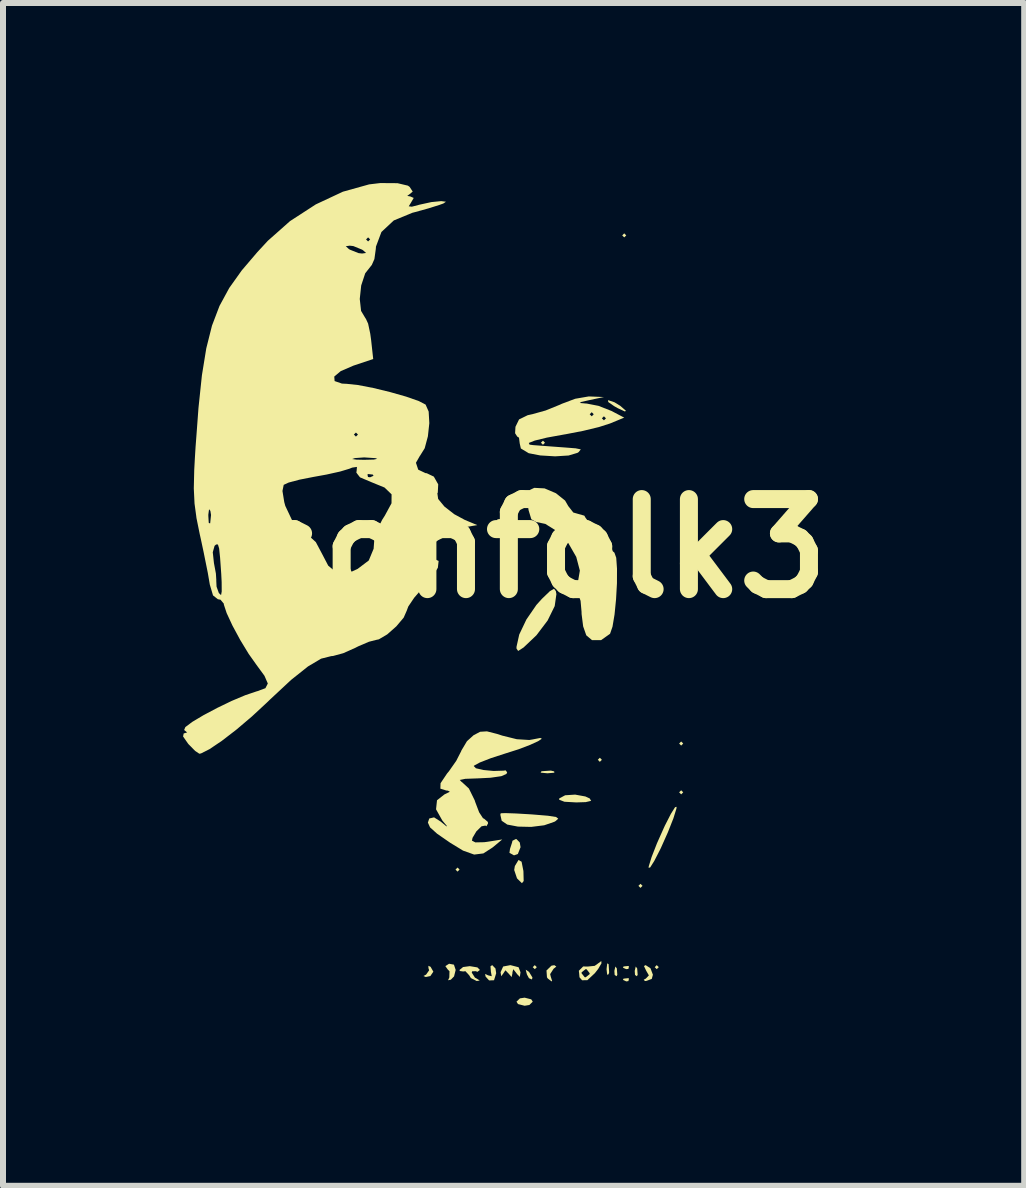
<source format=kicad_pcb>
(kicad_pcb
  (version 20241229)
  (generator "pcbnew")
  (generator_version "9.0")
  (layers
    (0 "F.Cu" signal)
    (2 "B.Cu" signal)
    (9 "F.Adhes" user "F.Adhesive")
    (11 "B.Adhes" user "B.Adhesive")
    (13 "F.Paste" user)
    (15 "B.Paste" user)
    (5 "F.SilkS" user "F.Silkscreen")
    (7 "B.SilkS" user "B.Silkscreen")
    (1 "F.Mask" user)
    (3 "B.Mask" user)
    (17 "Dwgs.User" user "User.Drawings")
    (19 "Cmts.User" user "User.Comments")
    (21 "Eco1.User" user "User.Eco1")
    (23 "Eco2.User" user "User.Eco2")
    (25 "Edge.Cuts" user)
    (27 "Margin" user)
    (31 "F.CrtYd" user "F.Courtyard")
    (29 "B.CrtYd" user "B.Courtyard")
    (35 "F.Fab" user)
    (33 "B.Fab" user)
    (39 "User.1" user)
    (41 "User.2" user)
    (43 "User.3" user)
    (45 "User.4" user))
  (footprint "sonfolk3"
    (layer "F.Cu")
    (at 5.928 6.087)
    (property "Reference" "sonfolk3" (at 0 0 0) (layer "F.SilkS") (effects (font (size 1.5 1.5) (thickness 0.3))))
    (attr board_only exclude_from_pos_files exclude_from_bom)
    (fp_poly (pts (xy -1.321 5.351) (xy -1.355 5.385) (xy -1.389 5.351) (xy -1.355 5.317)) (stroke (width 0) (type solid)) (fill yes) (layer "F.SilkS"))
    (fp_poly (pts (xy -0.034 6.977) (xy -0.068 7.01) (xy -0.102 6.977) (xy -0.068 6.943)) (stroke (width 0) (type solid)) (fill yes) (layer "F.SilkS"))
    (fp_poly (pts (xy 0.102 -1.761) (xy 0.068 -1.727) (xy 0.034 -1.761) (xy 0.068 -1.795)) (stroke (width 0) (type solid)) (fill yes) (layer "F.SilkS"))
    (fp_poly (pts (xy 1.05 3.522) (xy 1.016 3.556) (xy 0.982 3.522) (xy 1.016 3.488)) (stroke (width 0) (type solid)) (fill yes) (layer "F.SilkS"))
    (fp_poly (pts (xy 1.456 -5.215) (xy 1.422 -5.182) (xy 1.389 -5.215) (xy 1.422 -5.249)) (stroke (width 0) (type solid)) (fill yes) (layer "F.SilkS"))
    (fp_poly (pts (xy 1.727 5.622) (xy 1.693 5.656) (xy 1.659 5.622) (xy 1.693 5.588)) (stroke (width 0) (type solid)) (fill yes) (layer "F.SilkS"))
    (fp_poly (pts (xy 1.998 6.977) (xy 1.964 7.01) (xy 1.93 6.977) (xy 1.964 6.943)) (stroke (width 0) (type solid)) (fill yes) (layer "F.SilkS"))
    (fp_poly (pts (xy 2.405 3.251) (xy 2.371 3.285) (xy 2.337 3.251) (xy 2.371 3.217)) (stroke (width 0) (type solid)) (fill yes) (layer "F.SilkS"))
    (fp_poly (pts (xy 2.405 4.064) (xy 2.371 4.098) (xy 2.337 4.064) (xy 2.371 4.03)) (stroke (width 0) (type solid)) (fill yes) (layer "F.SilkS"))
    (fp_poly (pts (xy -0.598 -0.485) (xy -0.608 -0.445) (xy -0.643 -0.44) (xy -0.699 -0.465) (xy -0.689 -0.485) (xy -0.608 -0.494)) (stroke (width 0) (type solid)) (fill yes) (layer "F.SilkS"))
    (fp_poly (pts (xy 1.162 6.926) (xy 1.171 7.064) (xy 1.162 7.095) (xy 1.138 7.104) (xy 1.128 7.01) (xy 1.139 6.914)) (stroke (width 0) (type solid)) (fill yes) (layer "F.SilkS"))
    (fp_poly (pts (xy 1.299 6.998) (xy 1.307 7.104) (xy 1.294 7.128) (xy 1.263 7.107) (xy 1.258 7.039) (xy 1.275 6.966)) (stroke (width 0) (type solid)) (fill yes) (layer "F.SilkS"))
    (fp_poly (pts (xy 1.501 6.965) (xy 1.492 7.006) (xy 1.456 7.01) (xy 1.401 6.986) (xy 1.411 6.965) (xy 1.491 6.957)) (stroke (width 0) (type solid)) (fill yes) (layer "F.SilkS"))
    (fp_poly (pts (xy 1.501 7.168) (xy 1.492 7.209) (xy 1.456 7.214) (xy 1.401 7.189) (xy 1.411 7.168) (xy 1.491 7.16)) (stroke (width 0) (type solid)) (fill yes) (layer "F.SilkS"))
    (fp_poly (pts (xy 1.638 6.998) (xy 1.646 7.104) (xy 1.633 7.128) (xy 1.602 7.107) (xy 1.597 7.039) (xy 1.614 6.966)) (stroke (width 0) (type solid)) (fill yes) (layer "F.SilkS"))
    (fp_poly (pts (xy -0.17 7.051) (xy -0.161 7.06) (xy -0.107 7.149) (xy -0.115 7.182) (xy -0.165 7.161) (xy -0.199 7.098) (xy -0.219 7.019)) (stroke (width 0) (type solid)) (fill yes) (layer "F.SilkS"))
    (fp_poly (pts (xy -0.127 7.513) (xy -0.102 7.552) (xy -0.158 7.607) (xy -0.237 7.62) (xy -0.347 7.592) (xy -0.373 7.552) (xy -0.316 7.497) (xy -0.237 7.485)) (stroke (width 0) (type solid)) (fill yes) (layer "F.SilkS"))
    (fp_poly (pts (xy 0.255 3.715) (xy 0.258 3.737) (xy 0.152 3.746) (xy 0.135 3.746) (xy 0.03 3.736) (xy 0.04 3.716) (xy 0.052 3.712) (xy 0.2 3.702)) (stroke (width 0) (type solid)) (fill yes) (layer "F.SilkS"))
    (fp_poly (pts (xy -1.804 6.971) (xy -1.758 7.052) (xy -1.808 7.125) (xy -1.884 7.141) (xy -1.923 7.124) (xy -1.879 7.101) (xy -1.828 7.029) (xy -1.839 6.994) (xy -1.841 6.954)) (stroke (width 0) (type solid)) (fill yes) (layer "F.SilkS"))
    (fp_poly (pts (xy 1.261 -2.434) (xy 1.359 -2.373) (xy 1.451 -2.293) (xy 1.434 -2.281) (xy 1.317 -2.335) (xy 1.253 -2.371) (xy 1.156 -2.439) (xy 1.153 -2.47) (xy 1.155 -2.47)) (stroke (width 0) (type solid)) (fill yes) (layer "F.SilkS"))
    (fp_poly (pts (xy -1.415 6.935) (xy -1.386 7.023) (xy -1.413 7.131) (xy -1.467 7.186) (xy -1.513 7.195) (xy -1.492 7.149) (xy -1.489 7.045) (xy -1.521 7.012) (xy -1.558 6.959) (xy -1.496 6.92)) (stroke (width 0) (type solid)) (fill yes) (layer "F.SilkS"))
    (fp_poly (pts (xy -0.318 4.9) (xy -0.305 4.978) (xy -0.35 5.091) (xy -0.414 5.114) (xy -0.49 5.073) (xy -0.481 5.007) (xy -0.446 4.899) (xy -0.44 4.871) (xy -0.388 4.844) (xy -0.373 4.843)) (stroke (width 0) (type solid)) (fill yes) (layer "F.SilkS"))
    (fp_poly (pts (xy -0.288 5.22) (xy -0.258 5.372) (xy -0.257 5.385) (xy -0.253 5.542) (xy -0.282 5.578) (xy -0.356 5.506) (xy -0.365 5.495) (xy -0.411 5.358) (xy -0.4 5.292) (xy -0.339 5.191)) (stroke (width 0) (type solid)) (fill yes) (layer "F.SilkS"))
    (fp_poly (pts (xy 0.775 4.133) (xy 0.847 4.166) (xy 0.871 4.206) (xy 0.78 4.227) (xy 0.623 4.232) (xy 0.426 4.221) (xy 0.338 4.187) (xy 0.339 4.166) (xy 0.438 4.113) (xy 0.604 4.102)) (stroke (width 0) (type solid)) (fill yes) (layer "F.SilkS"))
    (fp_poly (pts (xy -0.723 6.999) (xy -0.711 7.078) (xy -0.747 7.195) (xy -0.829 7.198) (xy -0.887 7.135) (xy -0.896 7.09) (xy -0.846 7.113) (xy -0.785 7.128) (xy -0.799 7.055) (xy -0.806 6.962) (xy -0.777 6.943)) (stroke (width 0) (type solid)) (fill yes) (layer "F.SilkS"))
    (fp_poly (pts (xy 0.291 6.967) (xy 0.245 7.004) (xy 0.188 7.093) (xy 0.199 7.138) (xy 0.221 7.207) (xy 0.211 7.214) (xy 0.149 7.166) (xy 0.135 7.146) (xy 0.127 7.032) (xy 0.21 6.952) (xy 0.258 6.944)) (stroke (width 0) (type solid)) (fill yes) (layer "F.SilkS"))
    (fp_poly (pts (xy 1.86 6.996) (xy 1.9 7.103) (xy 1.881 7.173) (xy 1.783 7.208) (xy 1.767 7.208) (xy 1.747 7.186) (xy 1.781 7.168) (xy 1.833 7.114) (xy 1.789 7.038) (xy 1.751 6.958) (xy 1.779 6.943)) (stroke (width 0) (type solid)) (fill yes) (layer "F.SilkS"))
    (fp_poly (pts (xy 0.283 0.712) (xy 0.292 0.762) (xy 0.264 0.961) (xy 0.146 1.201) (xy -0.04 1.447) (xy -0.255 1.651) (xy -0.345 1.709) (xy -0.372 1.67) (xy -0.373 1.642) (xy -0.327 1.435) (xy -0.208 1.185) (xy -0.041 0.942) (xy 0.049 0.842) (xy 0.184 0.712) (xy 0.253 0.672)) (stroke (width 0) (type solid)) (fill yes) (layer "F.SilkS"))
    (fp_poly (pts (xy -0.338 6.978) (xy -0.306 7.061) (xy -0.317 7.14) (xy -0.364 7.091) (xy -0.373 7.078) (xy -0.426 7.011) (xy -0.44 7.061) (xy -0.44 7.078) (xy -0.454 7.142) (xy -0.501 7.087) (xy -0.557 7.029) (xy -0.596 7.087) (xy -0.627 7.128) (xy -0.638 7.061) (xy -0.595 6.966) (xy -0.474 6.943)) (stroke (width 0) (type solid)) (fill yes) (layer "F.SilkS"))
    (fp_poly (pts (xy 2.292 4.335) (xy 2.242 4.496) (xy 2.15 4.729) (xy 2.035 4.987) (xy 2.023 5.012) (xy 1.923 5.207) (xy 1.855 5.315) (xy 1.828 5.322) (xy 1.831 5.296) (xy 1.878 5.143) (xy 1.967 4.915) (xy 2.082 4.657) (xy 2.1 4.618) (xy 2.2 4.422) (xy 2.269 4.312) (xy 2.295 4.305)) (stroke (width 0) (type solid)) (fill yes) (layer "F.SilkS"))
    (fp_poly (pts (xy -0.385 4.416) (xy -0.146 4.43) (xy -0.102 4.433) (xy 0.151 4.454) (xy 0.286 4.475) (xy 0.323 4.503) (xy 0.28 4.542) (xy 0.258 4.555) (xy 0.089 4.613) (xy -0.128 4.64) (xy -0.348 4.635) (xy -0.527 4.601) (xy -0.619 4.538) (xy -0.62 4.535) (xy -0.642 4.436) (xy -0.635 4.413) (xy -0.56 4.41)) (stroke (width 0) (type solid)) (fill yes) (layer "F.SilkS"))
    (fp_poly (pts (xy -1.024 6.981) (xy -0.982 7.023) (xy -1.024 7.055) (xy -1.05 7.044) (xy -1.112 7.046) (xy -1.118 7.068) (xy -1.065 7.151) (xy -1.033 7.169) (xy -0.985 7.199) (xy -1.035 7.208) (xy -1.132 7.159) (xy -1.161 7.112) (xy -1.224 7.044) (xy -1.26 7.049) (xy -1.318 7.041) (xy -1.321 7.023) (xy -1.263 6.975) (xy -1.151 6.96)) (stroke (width 0) (type solid)) (fill yes) (layer "F.SilkS"))
    (fp_poly (pts (xy 1.043 6.913) (xy 0.988 7.007) (xy 0.933 7.077) (xy 0.808 7.194) (xy 0.72 7.195) (xy 0.677 7.146) (xy 0.671 7.078) (xy 0.711 7.078) (xy 0.763 7.144) (xy 0.779 7.146) (xy 0.845 7.094) (xy 0.847 7.078) (xy 0.795 7.012) (xy 0.779 7.01) (xy 0.713 7.062) (xy 0.711 7.078) (xy 0.671 7.078) (xy 0.666 7.037) (xy 0.738 6.965) (xy 0.811 6.967) (xy 0.93 6.955) (xy 0.974 6.924) (xy 1.04 6.875)) (stroke (width 0) (type solid)) (fill yes) (layer "F.SilkS"))
    (fp_poly (pts (xy 0.095 -1) (xy 0.285 -0.919) (xy 0.437 -0.797) (xy 0.49 -0.705) (xy 0.574 -0.598) (xy 0.651 -0.576) (xy 0.757 -0.546) (xy 0.779 -0.508) (xy 0.83 -0.442) (xy 0.847 -0.44) (xy 0.955 -0.389) (xy 1.079 -0.27) (xy 1.168 -0.136) (xy 1.185 -0.072) (xy 1.23 0.046) (xy 1.259 0.071) (xy 1.289 0.156) (xy 1.302 0.339) (xy 1.301 0.582) (xy 1.286 0.848) (xy 1.261 1.101) (xy 1.227 1.304) (xy 1.187 1.42) (xy 1.184 1.424) (xy 1.037 1.528) (xy 0.885 1.528) (xy 0.79 1.448) (xy 0.738 1.299) (xy 0.712 1.094) (xy 0.711 1.055) (xy 0.695 0.874) (xy 0.656 0.758) (xy 0.643 0.745) (xy 0.614 0.654) (xy 0.65 0.564) (xy 0.683 0.37) (xy 0.623 0.142) (xy 0.492 -0.086) (xy 0.312 -0.28) (xy 0.108 -0.408) (xy -0.044 -0.44) (xy -0.126 -0.486) (xy -0.172 -0.639) (xy -0.181 -0.707) (xy -0.185 -0.888) (xy -0.144 -0.977) (xy -0.076 -1.009)) (stroke (width 0) (type solid)) (fill yes) (layer "F.SilkS"))
    (fp_poly (pts (xy 1.084 -2.522) (xy 0.847 -2.472) (xy 0.702 -2.439) (xy 0.682 -2.423) (xy 0.782 -2.414) (xy 0.799 -2.413) (xy 0.994 -2.375) (xy 1.2 -2.294) (xy 1.206 -2.292) (xy 1.422 -2.179) (xy 1.185 -2.081) (xy 1.001 -2.022) (xy 0.736 -1.958) (xy 0.446 -1.902) (xy 0.421 -1.898) (xy 0.134 -1.846) (xy -0.067 -1.797) (xy -0.168 -1.757) (xy -0.155 -1.729) (xy -0.096 -1.721) (xy 0.035 -1.711) (xy 0.223 -1.697) (xy 0.237 -1.696) (xy 0.441 -1.681) (xy 0.606 -1.668) (xy 0.61 -1.668) (xy 0.699 -1.65) (xy 0.663 -1.605) (xy 0.643 -1.592) (xy 0.496 -1.548) (xy 0.271 -1.534) (xy 0.023 -1.549) (xy -0.169 -1.586) (xy -0.3 -1.665) (xy -0.319 -1.749) (xy -0.331 -1.845) (xy -0.36 -1.863) (xy -0.396 -1.919) (xy -0.39 -2.026) (xy -0.33 -2.149) (xy -0.293 -2.167) (xy 1.05 -2.167) (xy 1.084 -2.134) (xy 1.118 -2.167) (xy 1.084 -2.201) (xy 1.05 -2.167) (xy -0.293 -2.167) (xy -0.187 -2.219) (xy -0.115 -2.235) (xy -0.113 -2.235) (xy 0.847 -2.235) (xy 0.881 -2.201) (xy 0.914 -2.235) (xy 0.881 -2.269) (xy 0.847 -2.235) (xy -0.113 -2.235) (xy 0.113 -2.298) (xy 0.352 -2.395) (xy 0.384 -2.41) (xy 0.605 -2.493) (xy 0.825 -2.531) (xy 0.861 -2.531)) (stroke (width 0) (type solid)) (fill yes) (layer "F.SilkS"))
    (fp_poly (pts (xy -0.696 3.091) (xy -0.61 3.119) (xy -0.368 3.179) (xy -0.16 3.192) (xy -0.111 3.184) (xy 0.024 3.158) (xy 0.05 3.171) (xy -0.014 3.213) (xy -0.15 3.275) (xy -0.339 3.347) (xy -0.556 3.416) (xy -0.797 3.494) (xy -0.984 3.567) (xy -1.081 3.62) (xy -1.085 3.626) (xy -1.049 3.663) (xy -0.924 3.692) (xy -0.755 3.708) (xy -0.588 3.703) (xy -0.554 3.698) (xy -0.528 3.731) (xy -0.541 3.758) (xy -0.626 3.795) (xy -0.806 3.821) (xy -1.003 3.831) (xy -1.225 3.839) (xy -1.318 3.858) (xy -1.288 3.89) (xy -1.283 3.892) (xy -1.166 4) (xy -1.069 4.197) (xy -1.06 4.226) (xy -0.995 4.397) (xy -0.931 4.495) (xy -0.912 4.504) (xy -0.85 4.557) (xy -0.847 4.583) (xy -0.874 4.629) (xy -0.891 4.618) (xy -0.955 4.63) (xy -1.041 4.714) (xy -1.105 4.822) (xy -1.115 4.869) (xy -1.058 4.898) (xy -0.913 4.895) (xy -0.864 4.889) (xy -0.61 4.849) (xy -0.77 4.982) (xy -0.925 5.082) (xy -1.078 5.101) (xy -1.263 5.035) (xy -1.478 4.904) (xy -1.696 4.753) (xy -1.813 4.648) (xy -1.849 4.568) (xy -1.826 4.5) (xy -1.746 4.481) (xy -1.636 4.551) (xy -1.537 4.633) (xy -1.534 4.623) (xy -1.609 4.533) (xy -1.713 4.347) (xy -1.697 4.196) (xy -1.575 4.1) (xy -1.483 4.054) (xy -1.515 4.036) (xy -1.541 4.034) (xy -1.641 4.003) (xy -1.638 3.912) (xy -1.53 3.751) (xy -1.499 3.714) (xy -1.377 3.54) (xy -1.294 3.378) (xy -1.291 3.368) (xy -1.198 3.212) (xy -1.087 3.112) (xy -0.978 3.055) (xy -0.865 3.048)) (stroke (width 0) (type solid)) (fill yes) (layer "F.SilkS"))
    (fp_poly (pts (xy -2.355 -6.085) (xy -2.182 -6.044) (xy -2.153 -6.023) (xy -2.102 -5.945) (xy -2.151 -5.904) (xy -2.193 -5.873) (xy -2.142 -5.864) (xy -2.085 -5.839) (xy -2.131 -5.76) (xy -2.168 -5.7) (xy -2.117 -5.693) (xy -1.987 -5.727) (xy -1.791 -5.77) (xy -1.629 -5.786) (xy -1.626 -5.786) (xy -1.548 -5.776) (xy -1.59 -5.747) (xy -1.659 -5.722) (xy -1.837 -5.666) (xy -2.06 -5.604) (xy -2.107 -5.592) (xy -2.417 -5.464) (xy -2.623 -5.272) (xy -2.714 -5.029) (xy -2.717 -4.988) (xy -2.74 -4.821) (xy -2.784 -4.721) (xy -2.788 -4.717) (xy -2.893 -4.584) (xy -2.96 -4.381) (xy -2.984 -4.156) (xy -2.962 -3.957) (xy -2.887 -3.831) (xy -2.883 -3.828) (xy -2.845 -3.745) (xy -2.809 -3.576) (xy -2.795 -3.474) (xy -2.76 -3.155) (xy -3.09 -3.045) (xy -3.302 -2.953) (xy -3.409 -2.863) (xy -3.403 -2.788) (xy -3.281 -2.746) (xy -3.2 -2.742) (xy -3.013 -2.722) (xy -2.759 -2.673) (xy -2.479 -2.605) (xy -2.212 -2.529) (xy -2 -2.455) (xy -1.887 -2.396) (xy -1.836 -2.28) (xy -1.825 -2.087) (xy -1.849 -1.867) (xy -1.902 -1.669) (xy -1.979 -1.545) (xy -1.981 -1.544) (xy -2.048 -1.427) (xy -2.01 -1.312) (xy -1.888 -1.254) (xy -1.869 -1.253) (xy -1.75 -1.196) (xy -1.677 -1.067) (xy -1.684 -0.93) (xy -1.691 -0.917) (xy -1.678 -0.824) (xy -1.574 -0.698) (xy -1.41 -0.57) (xy -1.236 -0.476) (xy -1.026 -0.388) (xy -1.326 -0.339) (xy -1.559 -0.283) (xy -1.766 -0.205) (xy -1.808 -0.183) (xy -1.93 -0.091) (xy -1.944 0.001) (xy -1.924 0.046) (xy -1.826 0.148) (xy -1.759 0.169) (xy -1.67 0.209) (xy -1.683 0.323) (xy -1.797 0.499) (xy -1.93 0.652) (xy -2.078 0.823) (xy -2.176 0.969) (xy -2.201 1.037) (xy -2.252 1.153) (xy -2.375 1.299) (xy -2.527 1.433) (xy -2.666 1.515) (xy -2.709 1.524) (xy -2.83 1.555) (xy -3.008 1.631) (xy -3.064 1.659) (xy -3.259 1.746) (xy -3.428 1.792) (xy -3.461 1.795) (xy -3.628 1.837) (xy -3.847 1.967) (xy -4.128 2.191) (xy -4.478 2.517) (xy -4.534 2.571) (xy -4.781 2.8) (xy -5.039 3.019) (xy -5.283 3.207) (xy -5.488 3.345) (xy -5.629 3.416) (xy -5.657 3.421) (xy -5.726 3.375) (xy -5.836 3.263) (xy -5.846 3.251) (xy -5.928 3.133) (xy -5.917 3.082) (xy -5.909 3.081) (xy -5.86 3.066) (xy -5.91 3.026) (xy -5.89 2.977) (xy -5.774 2.89) (xy -5.588 2.779) (xy -5.36 2.658) (xy -5.118 2.541) (xy -4.89 2.445) (xy -4.703 2.382) (xy -4.691 2.379) (xy -4.556 2.329) (xy -4.516 2.251) (xy -4.572 2.122) (xy -4.703 1.943) (xy -4.835 1.757) (xy -4.976 1.525) (xy -5.105 1.286) (xy -5.202 1.077) (xy -5.248 0.937) (xy -5.249 0.921) (xy -5.304 0.855) (xy -5.348 0.847) (xy -5.429 0.783) (xy -5.482 0.604) (xy -5.484 0.593) (xy -5.516 0.406) (xy -5.57 0.139) (xy -5.585 0.064) (xy -5.433 0.064) (xy -5.414 0.24) (xy -5.413 0.247) (xy -5.381 0.418) (xy -5.374 0.53) (xy -5.375 0.535) (xy -5.37 0.637) (xy -5.332 0.743) (xy -5.295 0.779) (xy -5.284 0.718) (xy -5.285 0.561) (xy -5.292 0.423) (xy -5.311 0.156) (xy -5.327 0.001) (xy -5.347 -0.065) (xy -5.376 -0.066) (xy -5.403 -0.043) (xy -5.433 0.064) (xy -5.585 0.064) (xy -5.633 -0.161) (xy -5.65 -0.237) (xy -5.705 -0.508) (xy -5.709 -0.542) (xy -5.507 -0.542) (xy -5.5 -0.426) (xy -5.479 -0.416) (xy -5.476 -0.422) (xy -5.462 -0.557) (xy -5.473 -0.625) (xy -5.495 -0.653) (xy -5.507 -0.563) (xy -5.507 -0.542) (xy -5.709 -0.542) (xy -5.737 -0.748) (xy -5.747 -0.957) (xy -4.272 -0.957) (xy -4.242 -0.772) (xy -4.225 -0.709) (xy -4.104 -0.453) (xy -3.918 -0.29) (xy -3.716 -0.105) (xy -3.622 0.072) (xy -3.509 0.288) (xy -3.354 0.416) (xy -3.265 0.438) (xy -3.172 0.411) (xy -3.023 0.343) (xy -3.019 0.341) (xy -2.834 0.201) (xy -2.753 0.006) (xy -2.743 -0.132) (xy -2.706 -0.281) (xy -2.613 -0.473) (xy -2.566 -0.547) (xy -2.455 -0.752) (xy -2.454 -0.901) (xy -2.571 -1.014) (xy -2.796 -1.106) (xy -2.98 -1.184) (xy -3.016 -1.23) (xy -2.856 -1.23) (xy -2.847 -1.19) (xy -2.811 -1.185) (xy -2.755 -1.21) (xy -2.766 -1.23) (xy -2.846 -1.239) (xy -2.856 -1.23) (xy -3.016 -1.23) (xy -3.041 -1.264) (xy -3.036 -1.294) (xy -3.031 -1.358) (xy -3.111 -1.346) (xy -3.158 -1.327) (xy -3.31 -1.281) (xy -3.54 -1.23) (xy -3.755 -1.191) (xy -3.989 -1.145) (xy -4.169 -1.097) (xy -4.251 -1.059) (xy -4.272 -0.957) (xy -5.747 -0.957) (xy -5.749 -1) (xy -5.742 -1.304) (xy -5.732 -1.489) (xy -3.111 -1.489) (xy -3.038 -1.479) (xy -2.913 -1.476) (xy -2.752 -1.48) (xy -2.693 -1.492) (xy -2.725 -1.504) (xy -2.911 -1.516) (xy -3.064 -1.505) (xy -3.111 -1.489) (xy -5.732 -1.489) (xy -5.72 -1.686) (xy -5.704 -1.897) (xy -3.082 -1.897) (xy -3.048 -1.863) (xy -3.014 -1.897) (xy -3.048 -1.93) (xy -3.082 -1.897) (xy -5.704 -1.897) (xy -5.671 -2.342) (xy -5.614 -2.884) (xy -5.541 -3.334) (xy -5.446 -3.712) (xy -5.321 -4.04) (xy -5.158 -4.34) (xy -4.95 -4.632) (xy -4.689 -4.938) (xy -4.599 -5.035) (xy -3.217 -5.035) (xy -3.167 -4.989) (xy -3.15 -4.978) (xy -3.005 -4.92) (xy -2.946 -4.913) (xy -2.879 -4.922) (xy -2.929 -4.967) (xy -2.946 -4.978) (xy -3.091 -5.037) (xy -3.15 -5.044) (xy -3.217 -5.035) (xy -4.599 -5.035) (xy -4.515 -5.126) (xy -4.49 -5.148) (xy -2.879 -5.148) (xy -2.845 -5.114) (xy -2.811 -5.148) (xy -2.845 -5.182) (xy -2.879 -5.148) (xy -4.49 -5.148) (xy -4.146 -5.453) (xy -3.716 -5.732) (xy -3.265 -5.943) (xy -2.828 -6.065) (xy -2.643 -6.087)) (stroke (width 0) (type solid)) (fill yes) (layer "F.SilkS")))
  (gr_rect
    (start -3 -3)
    (end 14.014 16.707)
    (stroke (width 0.1) (type default))
    (fill no)
    (layer "Edge.Cuts")))
</source>
